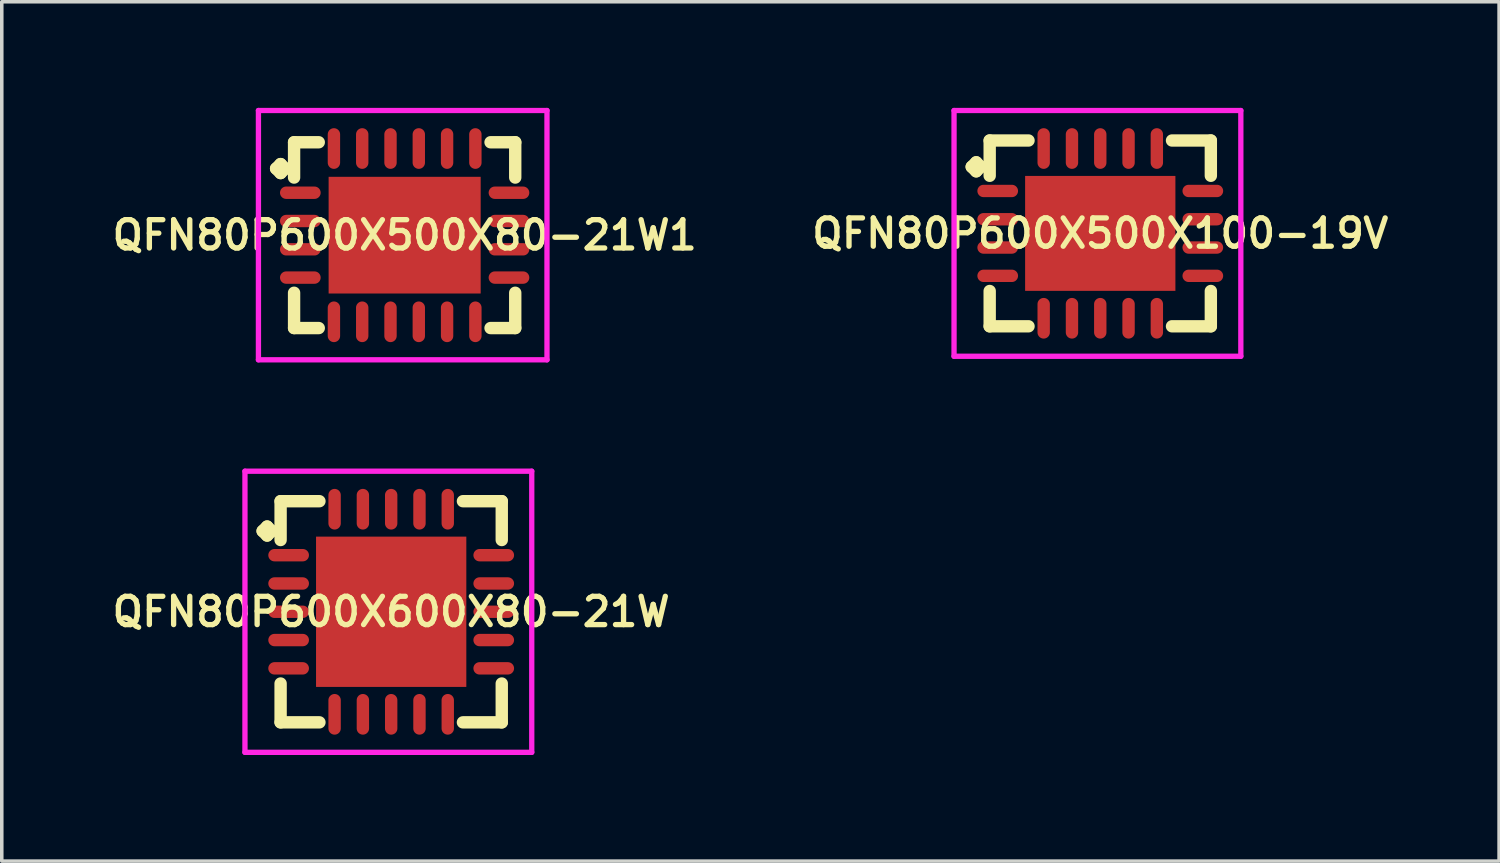
<source format=kicad_pcb>
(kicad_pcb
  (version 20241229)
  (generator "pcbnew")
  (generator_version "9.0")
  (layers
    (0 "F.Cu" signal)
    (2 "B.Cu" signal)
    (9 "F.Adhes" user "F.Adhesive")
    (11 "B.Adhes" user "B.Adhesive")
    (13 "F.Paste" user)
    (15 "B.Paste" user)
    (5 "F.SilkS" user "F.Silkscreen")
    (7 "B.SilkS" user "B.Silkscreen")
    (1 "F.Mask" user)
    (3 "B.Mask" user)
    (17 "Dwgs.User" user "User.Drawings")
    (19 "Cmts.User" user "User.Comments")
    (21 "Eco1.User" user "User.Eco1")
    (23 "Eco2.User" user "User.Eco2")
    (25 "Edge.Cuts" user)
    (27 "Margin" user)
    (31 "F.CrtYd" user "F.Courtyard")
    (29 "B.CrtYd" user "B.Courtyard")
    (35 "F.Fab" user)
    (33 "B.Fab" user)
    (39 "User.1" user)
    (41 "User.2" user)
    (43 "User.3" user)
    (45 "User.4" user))
  (footprint "QFN80P600X500X100-19V"
    (layer "F.Cu")
    (at 28.064 3.55)
    (property "Reference" "QFN80P600X500X100-19V" (at 0 0 0) (layer "F.SilkS") (effects (font (size 0.8 0.8) (thickness 0.15))))
    (attr smd)
    (fp_line (start -3.635 -1.883) (end -3.508 -2.01) (stroke (width 0.35) (type solid)) (layer "F.SilkS"))
    (fp_line (start -3.508 -2.01) (end -3.381 -1.883) (stroke (width 0.35) (type solid)) (layer "F.SilkS"))
    (fp_line (start -3.508 -1.756) (end -3.635 -1.883) (stroke (width 0.35) (type solid)) (layer "F.SilkS"))
    (fp_line (start -3.381 -1.883) (end -3.508 -1.756) (stroke (width 0.35) (type solid)) (layer "F.SilkS"))
    (fp_line (start -3.127 -2.627) (end -2.029 -2.627) (stroke (width 0.35) (type solid)) (layer "F.SilkS"))
    (fp_line (start -3.127 -1.629) (end -3.127 -2.627) (stroke (width 0.35) (type solid)) (layer "F.SilkS"))
    (fp_line (start -3.127 1.629) (end -3.127 2.627) (stroke (width 0.35) (type solid)) (layer "F.SilkS"))
    (fp_line (start -3.127 2.627) (end -2.029 2.627) (stroke (width 0.35) (type solid)) (layer "F.SilkS"))
    (fp_line (start 2.029 -2.627) (end 3.127 -2.627) (stroke (width 0.35) (type solid)) (layer "F.SilkS"))
    (fp_line (start 2.029 2.627) (end 3.127 2.627) (stroke (width 0.35) (type solid)) (layer "F.SilkS"))
    (fp_line (start 3.127 -2.627) (end 3.127 -1.629) (stroke (width 0.35) (type solid)) (layer "F.SilkS"))
    (fp_line (start 3.127 2.627) (end 3.127 1.629) (stroke (width 0.35) (type solid)) (layer "F.SilkS"))
    (fp_line (start -4.135 -3.475) (end 3.975 -3.475) (stroke (width 0.15) (type solid)) (layer "F.CrtYd"))
    (fp_line (start -4.135 3.475) (end -4.135 -3.475) (stroke (width 0.15) (type solid)) (layer "F.CrtYd"))
    (fp_line (start 3.975 -3.475) (end 3.975 3.475) (stroke (width 0.15) (type solid)) (layer "F.CrtYd"))
    (fp_line (start 3.975 3.475) (end -4.135 3.475) (stroke (width 0.15) (type solid)) (layer "F.CrtYd"))
    (pad "1" smd oval (at -2.9 -1.2) (size 1.15 0.35) (layers "F.Cu" "F.Mask" "F.Paste"))
    (pad "2" smd oval (at -2.9 -0.4) (size 1.15 0.35) (layers "F.Cu" "F.Mask" "F.Paste"))
    (pad "3" smd oval (at -2.9 0.4) (size 1.15 0.35) (layers "F.Cu" "F.Mask" "F.Paste"))
    (pad "4" smd oval (at -2.9 1.2) (size 1.15 0.35) (layers "F.Cu" "F.Mask" "F.Paste"))
    (pad "5" smd oval (at -1.6 2.4) (size 0.35 1.15) (layers "F.Cu" "F.Mask" "F.Paste"))
    (pad "6" smd oval (at -0.8 2.4) (size 0.35 1.15) (layers "F.Cu" "F.Mask" "F.Paste"))
    (pad "7" smd oval (at 0 2.4) (size 0.35 1.15) (layers "F.Cu" "F.Mask" "F.Paste"))
    (pad "8" smd oval (at 0.8 2.4) (size 0.35 1.15) (layers "F.Cu" "F.Mask" "F.Paste"))
    (pad "9" smd oval (at 1.6 2.4) (size 0.35 1.15) (layers "F.Cu" "F.Mask" "F.Paste"))
    (pad "10" smd oval (at 2.9 1.2) (size 1.15 0.35) (layers "F.Cu" "F.Mask" "F.Paste"))
    (pad "11" smd oval (at 2.9 0.4) (size 1.15 0.35) (layers "F.Cu" "F.Mask" "F.Paste"))
    (pad "12" smd oval (at 2.9 -0.4) (size 1.15 0.35) (layers "F.Cu" "F.Mask" "F.Paste"))
    (pad "13" smd oval (at 2.9 -1.2) (size 1.15 0.35) (layers "F.Cu" "F.Mask" "F.Paste"))
    (pad "14" smd oval (at 1.6 -2.4) (size 0.35 1.15) (layers "F.Cu" "F.Mask" "F.Paste"))
    (pad "15" smd oval (at 0.8 -2.4) (size 0.35 1.15) (layers "F.Cu" "F.Mask" "F.Paste"))
    (pad "16" smd oval (at 0 -2.4) (size 0.35 1.15) (layers "F.Cu" "F.Mask" "F.Paste"))
    (pad "17" smd oval (at -0.8 -2.4) (size 0.35 1.15) (layers "F.Cu" "F.Mask" "F.Paste"))
    (pad "18" smd oval (at -1.6 -2.4) (size 0.35 1.15) (layers "F.Cu" "F.Mask" "F.Paste"))
    (pad "19" smd rect (at 0 0) (size 4.25 3.25) (layers "F.Cu" "F.Mask" "F.Paste")))
  (footprint "QFN80P600X500X80-21W1"
    (layer "F.Cu")
    (at 8.393 3.6)
    (property "Reference" "QFN80P600X500X80-21W1" (at 0 0 0) (layer "F.SilkS") (effects (font (size 0.8 0.8) (thickness 0.15))))
    (attr smd)
    (fp_line (start -3.635 -1.883) (end -3.508 -2.01) (stroke (width 0.35) (type solid)) (layer "F.SilkS"))
    (fp_line (start -3.508 -2.01) (end -3.381 -1.883) (stroke (width 0.35) (type solid)) (layer "F.SilkS"))
    (fp_line (start -3.508 -1.756) (end -3.635 -1.883) (stroke (width 0.35) (type solid)) (layer "F.SilkS"))
    (fp_line (start -3.381 -1.883) (end -3.508 -1.756) (stroke (width 0.35) (type solid)) (layer "F.SilkS"))
    (fp_line (start -3.127 -2.627) (end -2.429 -2.627) (stroke (width 0.35) (type solid)) (layer "F.SilkS"))
    (fp_line (start -3.127 -1.629) (end -3.127 -2.627) (stroke (width 0.35) (type solid)) (layer "F.SilkS"))
    (fp_line (start -3.127 1.629) (end -3.127 2.627) (stroke (width 0.35) (type solid)) (layer "F.SilkS"))
    (fp_line (start -3.127 2.627) (end -2.429 2.627) (stroke (width 0.35) (type solid)) (layer "F.SilkS"))
    (fp_line (start 2.429 -2.627) (end 3.127 -2.627) (stroke (width 0.35) (type solid)) (layer "F.SilkS"))
    (fp_line (start 2.429 2.627) (end 3.127 2.627) (stroke (width 0.35) (type solid)) (layer "F.SilkS"))
    (fp_line (start 3.127 -2.627) (end 3.127 -1.629) (stroke (width 0.35) (type solid)) (layer "F.SilkS"))
    (fp_line (start 3.127 2.627) (end 3.127 1.629) (stroke (width 0.35) (type solid)) (layer "F.SilkS"))
    (fp_line (start -4.135 -3.525) (end 4.025 -3.525) (stroke (width 0.15) (type solid)) (layer "F.CrtYd"))
    (fp_line (start -4.135 3.525) (end -4.135 -3.525) (stroke (width 0.15) (type solid)) (layer "F.CrtYd"))
    (fp_line (start 4.025 -3.525) (end 4.025 3.525) (stroke (width 0.15) (type solid)) (layer "F.CrtYd"))
    (fp_line (start 4.025 3.525) (end -4.135 3.525) (stroke (width 0.15) (type solid)) (layer "F.CrtYd"))
    (pad "1" smd oval (at -2.95 -1.2) (size 1.15 0.35) (layers "F.Cu" "F.Mask" "F.Paste"))
    (pad "2" smd oval (at -2.95 -0.4) (size 1.15 0.35) (layers "F.Cu" "F.Mask" "F.Paste"))
    (pad "3" smd oval (at -2.95 0.4) (size 1.15 0.35) (layers "F.Cu" "F.Mask" "F.Paste"))
    (pad "4" smd oval (at -2.95 1.2) (size 1.15 0.35) (layers "F.Cu" "F.Mask" "F.Paste"))
    (pad "5" smd oval (at -2 2.45) (size 0.35 1.15) (layers "F.Cu" "F.Mask" "F.Paste"))
    (pad "6" smd oval (at -1.2 2.45) (size 0.35 1.15) (layers "F.Cu" "F.Mask" "F.Paste"))
    (pad "7" smd oval (at -0.4 2.45) (size 0.35 1.15) (layers "F.Cu" "F.Mask" "F.Paste"))
    (pad "8" smd oval (at 0.4 2.45) (size 0.35 1.15) (layers "F.Cu" "F.Mask" "F.Paste"))
    (pad "9" smd oval (at 1.2 2.45) (size 0.35 1.15) (layers "F.Cu" "F.Mask" "F.Paste"))
    (pad "10" smd oval (at 2 2.45) (size 0.35 1.15) (layers "F.Cu" "F.Mask" "F.Paste"))
    (pad "11" smd oval (at 2.95 1.2) (size 1.15 0.35) (layers "F.Cu" "F.Mask" "F.Paste"))
    (pad "12" smd oval (at 2.95 0.4) (size 1.15 0.35) (layers "F.Cu" "F.Mask" "F.Paste"))
    (pad "13" smd oval (at 2.95 -0.4) (size 1.15 0.35) (layers "F.Cu" "F.Mask" "F.Paste"))
    (pad "14" smd oval (at 2.95 -1.2) (size 1.15 0.35) (layers "F.Cu" "F.Mask" "F.Paste"))
    (pad "15" smd oval (at 2 -2.45) (size 0.35 1.15) (layers "F.Cu" "F.Mask" "F.Paste"))
    (pad "16" smd oval (at 1.2 -2.45) (size 0.35 1.15) (layers "F.Cu" "F.Mask" "F.Paste"))
    (pad "17" smd oval (at 0.4 -2.45) (size 0.35 1.15) (layers "F.Cu" "F.Mask" "F.Paste"))
    (pad "18" smd oval (at -0.4 -2.45) (size 0.35 1.15) (layers "F.Cu" "F.Mask" "F.Paste"))
    (pad "19" smd oval (at -1.2 -2.45) (size 0.35 1.15) (layers "F.Cu" "F.Mask" "F.Paste"))
    (pad "20" smd oval (at -2 -2.45) (size 0.35 1.15) (layers "F.Cu" "F.Mask" "F.Paste"))
    (pad "21" smd rect (at 0 0) (size 4.3 3.3) (layers "F.Cu" "F.Mask" "F.Paste")))
  (footprint "QFN80P600X600X80-21W"
    (layer "F.Cu")
    (at 8.012 14.25)
    (property "Reference" "QFN80P600X600X80-21W" (at 0 0 0) (layer "F.SilkS") (effects (font (size 0.8 0.8) (thickness 0.15))))
    (attr smd)
    (fp_line (start -3.635 -2.283) (end -3.508 -2.41) (stroke (width 0.35) (type solid)) (layer "F.SilkS"))
    (fp_line (start -3.508 -2.41) (end -3.381 -2.283) (stroke (width 0.35) (type solid)) (layer "F.SilkS"))
    (fp_line (start -3.508 -2.156) (end -3.635 -2.283) (stroke (width 0.35) (type solid)) (layer "F.SilkS"))
    (fp_line (start -3.381 -2.283) (end -3.508 -2.156) (stroke (width 0.35) (type solid)) (layer "F.SilkS"))
    (fp_line (start -3.127 -3.127) (end -2.029 -3.127) (stroke (width 0.35) (type solid)) (layer "F.SilkS"))
    (fp_line (start -3.127 -2.029) (end -3.127 -3.127) (stroke (width 0.35) (type solid)) (layer "F.SilkS"))
    (fp_line (start -3.127 2.029) (end -3.127 3.127) (stroke (width 0.35) (type solid)) (layer "F.SilkS"))
    (fp_line (start -3.127 3.127) (end -2.029 3.127) (stroke (width 0.35) (type solid)) (layer "F.SilkS"))
    (fp_line (start 2.029 -3.127) (end 3.127 -3.127) (stroke (width 0.35) (type solid)) (layer "F.SilkS"))
    (fp_line (start 2.029 3.127) (end 3.127 3.127) (stroke (width 0.35) (type solid)) (layer "F.SilkS"))
    (fp_line (start 3.127 -3.127) (end 3.127 -2.029) (stroke (width 0.35) (type solid)) (layer "F.SilkS"))
    (fp_line (start 3.127 3.127) (end 3.127 2.029) (stroke (width 0.35) (type solid)) (layer "F.SilkS"))
    (fp_line (start -4.135 -3.975) (end 3.975 -3.975) (stroke (width 0.15) (type solid)) (layer "F.CrtYd"))
    (fp_line (start -4.135 3.975) (end -4.135 -3.975) (stroke (width 0.15) (type solid)) (layer "F.CrtYd"))
    (fp_line (start 3.975 -3.975) (end 3.975 3.975) (stroke (width 0.15) (type solid)) (layer "F.CrtYd"))
    (fp_line (start 3.975 3.975) (end -4.135 3.975) (stroke (width 0.15) (type solid)) (layer "F.CrtYd"))
    (pad "1" smd oval (at -2.9 -1.6) (size 1.15 0.35) (layers "F.Cu" "F.Mask" "F.Paste"))
    (pad "2" smd oval (at -2.9 -0.8) (size 1.15 0.35) (layers "F.Cu" "F.Mask" "F.Paste"))
    (pad "3" smd oval (at -2.9 0) (size 1.15 0.35) (layers "F.Cu" "F.Mask" "F.Paste"))
    (pad "4" smd oval (at -2.9 0.8) (size 1.15 0.35) (layers "F.Cu" "F.Mask" "F.Paste"))
    (pad "5" smd oval (at -2.9 1.6) (size 1.15 0.35) (layers "F.Cu" "F.Mask" "F.Paste"))
    (pad "6" smd oval (at -1.6 2.9) (size 0.35 1.15) (layers "F.Cu" "F.Mask" "F.Paste"))
    (pad "7" smd oval (at -0.8 2.9) (size 0.35 1.15) (layers "F.Cu" "F.Mask" "F.Paste"))
    (pad "8" smd oval (at 0 2.9) (size 0.35 1.15) (layers "F.Cu" "F.Mask" "F.Paste"))
    (pad "9" smd oval (at 0.8 2.9) (size 0.35 1.15) (layers "F.Cu" "F.Mask" "F.Paste"))
    (pad "10" smd oval (at 1.6 2.9) (size 0.35 1.15) (layers "F.Cu" "F.Mask" "F.Paste"))
    (pad "11" smd oval (at 2.9 1.6) (size 1.15 0.35) (layers "F.Cu" "F.Mask" "F.Paste"))
    (pad "12" smd oval (at 2.9 0.8) (size 1.15 0.35) (layers "F.Cu" "F.Mask" "F.Paste"))
    (pad "13" smd oval (at 2.9 0) (size 1.15 0.35) (layers "F.Cu" "F.Mask" "F.Paste"))
    (pad "14" smd oval (at 2.9 -0.8) (size 1.15 0.35) (layers "F.Cu" "F.Mask" "F.Paste"))
    (pad "15" smd oval (at 2.9 -1.6) (size 1.15 0.35) (layers "F.Cu" "F.Mask" "F.Paste"))
    (pad "16" smd oval (at 1.6 -2.9) (size 0.35 1.15) (layers "F.Cu" "F.Mask" "F.Paste"))
    (pad "17" smd oval (at 0.8 -2.9) (size 0.35 1.15) (layers "F.Cu" "F.Mask" "F.Paste"))
    (pad "18" smd oval (at 0 -2.9) (size 0.35 1.15) (layers "F.Cu" "F.Mask" "F.Paste"))
    (pad "19" smd oval (at -0.8 -2.9) (size 0.35 1.15) (layers "F.Cu" "F.Mask" "F.Paste"))
    (pad "20" smd oval (at -1.6 -2.9) (size 0.35 1.15) (layers "F.Cu" "F.Mask" "F.Paste"))
    (pad "21" smd rect (at 0 0) (size 4.25 4.25) (layers "F.Cu" "F.Mask" "F.Paste")))
  (gr_rect
    (start -3 -3)
    (end 39.342 21.3)
    (stroke (width 0.1) (type default))
    (fill no)
    (layer "Edge.Cuts")))
</source>
